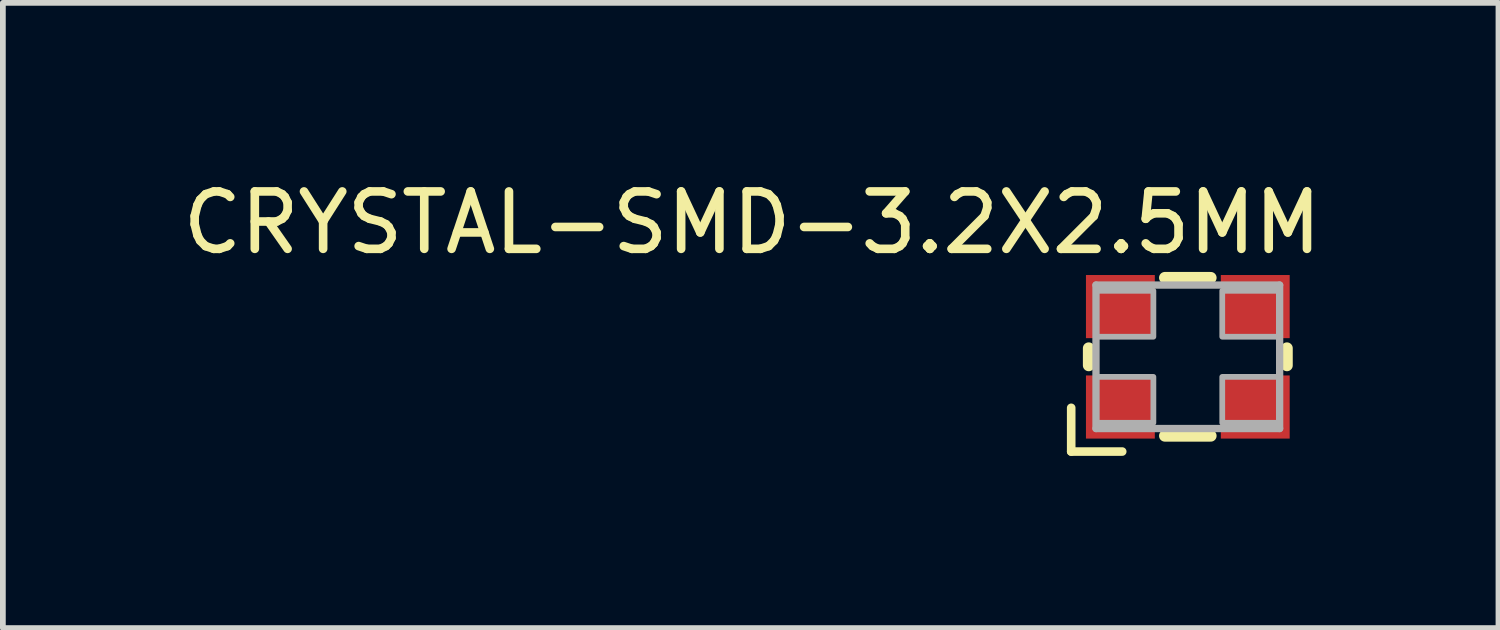
<source format=kicad_pcb>
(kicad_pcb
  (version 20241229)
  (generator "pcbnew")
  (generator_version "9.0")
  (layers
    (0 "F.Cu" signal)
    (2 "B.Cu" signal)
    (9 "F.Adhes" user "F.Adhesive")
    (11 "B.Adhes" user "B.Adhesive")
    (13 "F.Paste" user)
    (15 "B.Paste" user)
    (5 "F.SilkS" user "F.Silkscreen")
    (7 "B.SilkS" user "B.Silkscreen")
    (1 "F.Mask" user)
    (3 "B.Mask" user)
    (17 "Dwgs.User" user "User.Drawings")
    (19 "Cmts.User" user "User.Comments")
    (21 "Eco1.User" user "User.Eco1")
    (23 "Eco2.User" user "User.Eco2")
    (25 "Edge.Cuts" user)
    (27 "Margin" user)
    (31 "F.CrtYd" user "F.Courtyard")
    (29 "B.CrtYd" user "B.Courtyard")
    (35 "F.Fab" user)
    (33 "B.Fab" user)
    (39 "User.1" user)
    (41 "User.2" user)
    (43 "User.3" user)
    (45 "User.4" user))
  (footprint "CRYSTAL-SMD-3.2X2.5MM"
    (layer "F.Cu")
    (at 17.647 3.167)
    (property "Reference" "CRYSTAL-SMD-3.2X2.5MM" (at 2.413 -2.921 180) (layer "F.SilkS") (effects (font (size 1 1) (thickness 0.15)) (justify right top)))
    (attr through_hole)
    (fp_line (start -2.032 0.889) (end -2.032 1.651) (stroke (width 0.15) (type solid)) (layer "F.SilkS"))
    (fp_line (start -2.032 1.651) (end -1.143 1.651) (stroke (width 0.15) (type solid)) (layer "F.SilkS"))
    (fp_line (start -1.727 0.15) (end -1.727 -0.15) (stroke (width 0.203) (type solid)) (layer "F.SilkS"))
    (fp_line (start -0.4 -1.377) (end 0.4 -1.377) (stroke (width 0.203) (type solid)) (layer "F.SilkS"))
    (fp_line (start 0.4 1.377) (end -0.4 1.377) (stroke (width 0.203) (type solid)) (layer "F.SilkS"))
    (fp_line (start 1.727 -0.15) (end 1.727 0.15) (stroke (width 0.203) (type solid)) (layer "F.SilkS"))
    (fp_line (start -1.6 -1.25) (end 1.6 -1.25) (stroke (width 0.127) (type solid)) (layer "F.Fab"))
    (fp_line (start -1.6 1.25) (end -1.6 -1.25) (stroke (width 0.127) (type solid)) (layer "F.Fab"))
    (fp_line (start 1.6 -1.25) (end 1.6 1.25) (stroke (width 0.127) (type solid)) (layer "F.Fab"))
    (fp_line (start 1.6 1.25) (end -1.6 1.25) (stroke (width 0.127) (type solid)) (layer "F.Fab"))
    (fp_poly (pts (xy -1.6 -0.35) (xy -0.6 -0.35) (xy -0.6 -1.15) (xy -1.6 -1.15)) (stroke (width 0.1) (type solid)) (fill no) (layer "F.Fab"))
    (fp_poly (pts (xy -1.6 1.15) (xy -0.6 1.15) (xy -0.6 0.35) (xy -1.6 0.35)) (stroke (width 0.1) (type solid)) (fill no) (layer "F.Fab"))
    (fp_poly (pts (xy 1.6 -1.15) (xy 0.6 -1.15) (xy 0.6 -0.35) (xy 1.6 -0.35)) (stroke (width 0.1) (type solid)) (fill no) (layer "F.Fab"))
    (fp_poly (pts (xy 1.6 0.35) (xy 0.6 0.35) (xy 0.6 1.15) (xy 1.6 1.15)) (stroke (width 0.1) (type solid)) (fill no) (layer "F.Fab"))
    (pad "1" smd rect (at -1.175 0.875 180) (size 1.2 1.1) (layers "F.Cu" "F.Mask" "F.Paste"))
    (pad "2" smd rect (at 1.175 0.875) (size 1.2 1.1) (layers "F.Cu" "F.Mask" "F.Paste"))
    (pad "3" smd rect (at 1.175 -0.875) (size 1.2 1.1) (layers "F.Cu" "F.Mask" "F.Paste"))
    (pad "4" smd rect (at -1.175 -0.875 180) (size 1.2 1.1) (layers "F.Cu" "F.Mask" "F.Paste")))
  (gr_rect
    (start -3 -3)
    (end 23.06 7.894)
    (stroke (width 0.1) (type default))
    (fill no)
    (layer "Edge.Cuts")))
</source>
